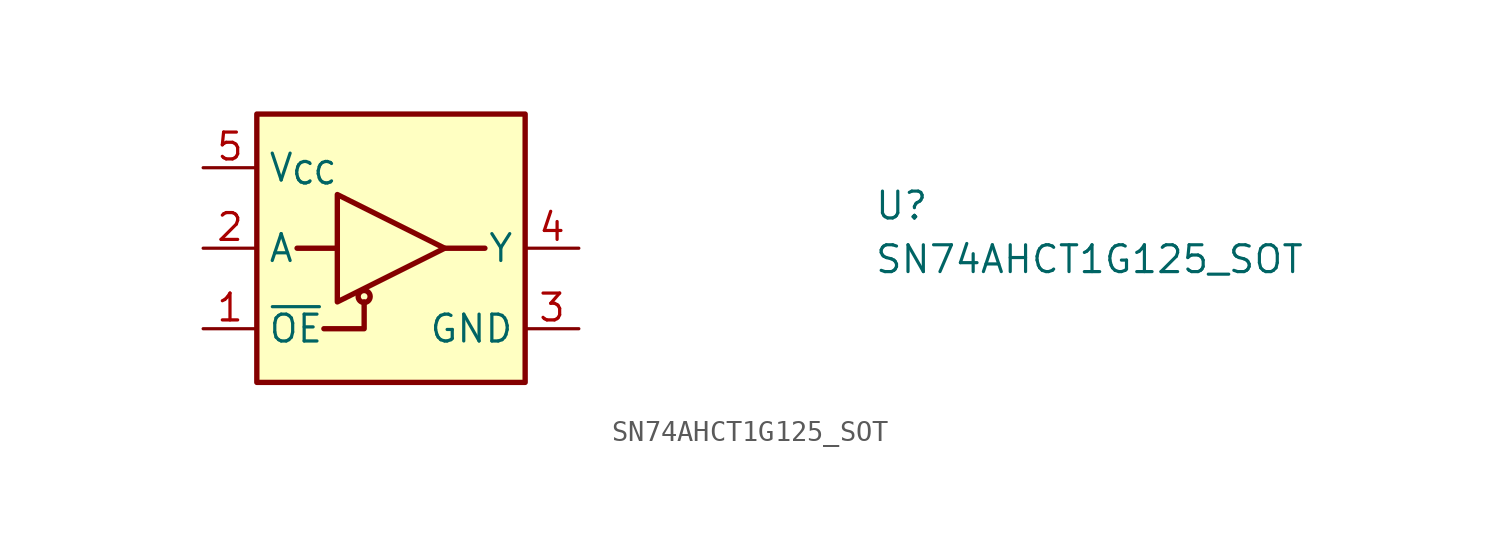
<source format=kicad_sym>
(kicad_symbol_lib
  (version 20211014)
  (generator kicad_symbol_editor)
  (symbol "SN74AHCT1G125_SOT"
    (property "Reference" "U"
      (at 31.75 -2.54 0)
      (effects (font (size 1.27 1.27) (thickness 0.15)) (justify left bottom)))
    (property "Value" "SN74AHCT1G125_SOT"
      (at 31.75 -5.08 0)
      (effects (font (size 1.27 1.27) (thickness 0.15)) (justify left bottom)))
    (symbol "SN74AHCT1G125_SOT_0_1"
      (polyline (pts (xy 6.35 -3.81) (xy 4.445 -3.81)) (stroke (width 0.254) (type default) (color 0 0 0 0)) (fill (type none)))
      (polyline (pts (xy 11.43 -3.81) (xy 13.335 -3.81)) (stroke (width 0.254) (type default) (color 0 0 0 0)) (fill (type none))))
    (symbol "SN74AHCT1G125_SOT_1_1"
      (polyline (pts (xy 5.715 -7.62) (xy 7.62 -7.62) (xy 7.62 -6.35)) (stroke (width 0.254) (type default) (color 0 0 0 0)) (fill (type background)))
      (polyline (pts (xy 6.35 -1.27) (xy 11.43 -3.81) (xy 6.35 -6.35) (xy 6.35 -1.27)) (stroke (width 0.254) (type default) (color 0 0 0 0)) (fill (type background)))
      (rectangle (start 2.54 2.54) (end 15.24 -10.16) (stroke (width 0.254) (type default) (color 0 0 0 0)) (fill (type background)))
      (circle (center 7.62 -6.096) (radius 0.284) (stroke (width 0.254) (type default) (color 0 0 0 0)) (fill (type background)))
      (pin input line (at 0 -7.62 0) (length 2.54) (name "~{OE}" (effects (font (size 1.27 1.27)))) (number "1" (effects (font (size 1.27 1.27)))))
      (pin input line (at 0 -3.81 0) (length 2.54) (name "A" (effects (font (size 1.27 1.27)))) (number "2" (effects (font (size 1.27 1.27)))))
      (pin power_in line (at 17.78 -7.62 180) (length 2.54) (name "GND" (effects (font (size 1.27 1.27)))) (number "3" (effects (font (size 1.27 1.27)))))
      (pin output line (at 17.78 -3.81 180) (length 2.54) (name "Y" (effects (font (size 1.27 1.27)))) (number "4" (effects (font (size 1.27 1.27)))))
      (pin power_in line (at 0 0 0) (length 2.54) (name "V_{CC}" (effects (font (size 1.27 1.27)))) (number "5" (effects (font (size 1.27 1.27))))))))
</source>
